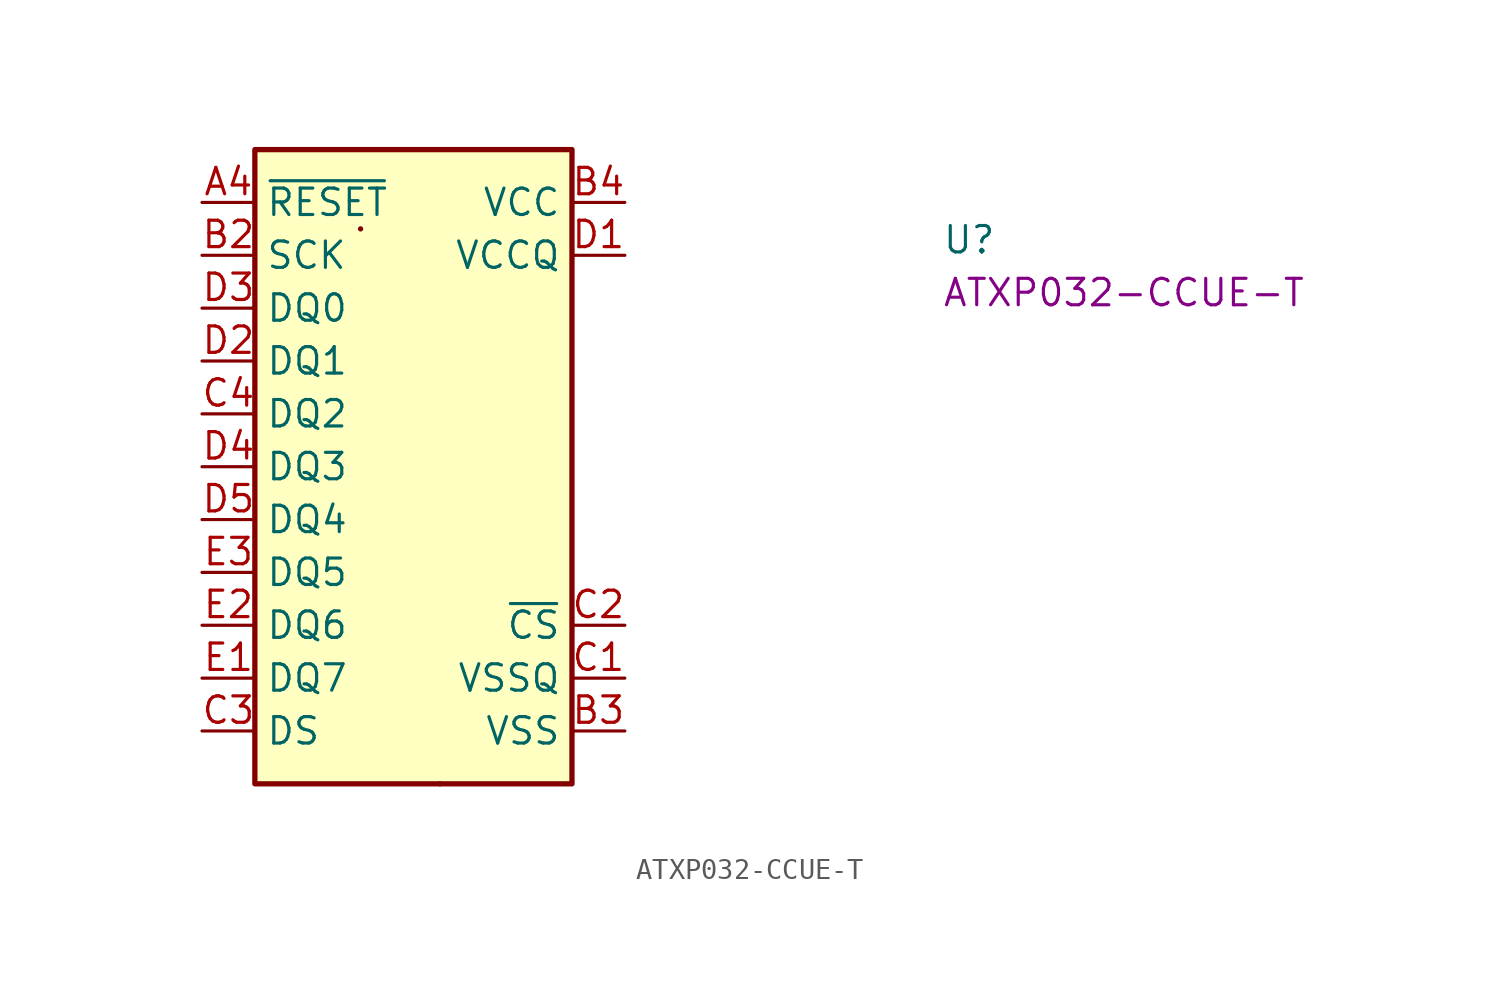
<source format=kicad_sym>
(kicad_symbol_lib
  (version 20220914)
  (generator kicad_symbol_editor)
  (symbol "ATXP032-CCUE-T"
    (property "Reference" "U"
      (at 35.56 -2.54 0)
      (effects (font (size 1.27 1.27) (thickness 0.15)) (justify left bottom)))
    (property "MPN" "ATXP032-CCUE-T"
      (at 35.56 -5.08 0)
      (effects (font (size 1.27 1.27) (thickness 0.15)) (justify left bottom)))
    (symbol "ATXP032-CCUE-T_1_1"
      (rectangle (start 2.54 2.54) (end 17.78 -27.94) (stroke (width 0.254) (type default)) (fill (type background)))
      (rectangle (start 7.62 -1.27) (end 7.62 -1.27) (stroke (width 0.254) (type default)) (fill (type background)))
      (rectangle (start 11.43 -27.94) (end 11.43 -27.94) (stroke (width 0.254) (type default)) (fill (type background)))
      (pin no_connect line (at 17.78 -10.16 180) (length 2.54) hide (name "NC" (effects (font (size 1.27 1.27)))) (number "A2" (effects (font (size 1.27 1.27)))))
      (pin no_connect line (at 17.78 -5.08 180) (length 2.54) hide (name "NC" (effects (font (size 1.27 1.27)))) (number "A3" (effects (font (size 1.27 1.27)))))
      (pin input line (at 0 0 0) (length 2.54) (name "~{RESET}" (effects (font (size 1.27 1.27)))) (number "A4" (effects (font (size 1.27 1.27)))))
      (pin no_connect line (at 17.78 -12.7 180) (length 2.54) hide (name "NC" (effects (font (size 1.27 1.27)))) (number "A5" (effects (font (size 1.27 1.27)))))
      (pin no_connect line (at 17.78 -7.62 180) (length 2.54) hide (name "NC" (effects (font (size 1.27 1.27)))) (number "B1" (effects (font (size 1.27 1.27)))))
      (pin input line (at 0 -2.54 0) (length 2.54) (name "SCK" (effects (font (size 1.27 1.27)))) (number "B2" (effects (font (size 1.27 1.27)))))
      (pin power_in line (at 20.32 -25.4 180) (length 2.54) (name "VSS" (effects (font (size 1.27 1.27)))) (number "B3" (effects (font (size 1.27 1.27)))))
      (pin power_in line (at 20.32 0 180) (length 2.54) (name "VCC" (effects (font (size 1.27 1.27)))) (number "B4" (effects (font (size 1.27 1.27)))))
      (pin no_connect line (at 17.78 -15.24 180) (length 2.54) hide (name "NC" (effects (font (size 1.27 1.27)))) (number "B5" (effects (font (size 1.27 1.27)))))
      (pin power_in line (at 20.32 -22.86 180) (length 2.54) (name "VSSQ" (effects (font (size 1.27 1.27)))) (number "C1" (effects (font (size 1.27 1.27)))))
      (pin input line (at 20.32 -20.32 180) (length 2.54) (name "~{CS}" (effects (font (size 1.27 1.27)))) (number "C2" (effects (font (size 1.27 1.27)))))
      (pin bidirectional line (at 0 -25.4 0) (length 2.54) (name "DS" (effects (font (size 1.27 1.27)))) (number "C3" (effects (font (size 1.27 1.27)))))
      (pin bidirectional line (at 0 -10.16 0) (length 2.54) (name "DQ2" (effects (font (size 1.27 1.27)))) (number "C4" (effects (font (size 1.27 1.27)))))
      (pin no_connect line (at 17.78 -15.24 180) (length 2.54) hide (name "NC" (effects (font (size 1.27 1.27)))) (number "C5" (effects (font (size 1.27 1.27)))))
      (pin power_in line (at 20.32 -2.54 180) (length 2.54) (name "VCCQ" (effects (font (size 1.27 1.27)))) (number "D1" (effects (font (size 1.27 1.27)))))
      (pin bidirectional line (at 0 -7.62 0) (length 2.54) (name "DQ1" (effects (font (size 1.27 1.27)))) (number "D2" (effects (font (size 1.27 1.27)))))
      (pin bidirectional line (at 0 -5.08 0) (length 2.54) (name "DQ0" (effects (font (size 1.27 1.27)))) (number "D3" (effects (font (size 1.27 1.27)))))
      (pin bidirectional line (at 0 -12.7 0) (length 2.54) (name "DQ3" (effects (font (size 1.27 1.27)))) (number "D4" (effects (font (size 1.27 1.27)))))
      (pin bidirectional line (at 0 -15.24 0) (length 2.54) (name "DQ4" (effects (font (size 1.27 1.27)))) (number "D5" (effects (font (size 1.27 1.27)))))
      (pin bidirectional line (at 0 -22.86 0) (length 2.54) (name "DQ7" (effects (font (size 1.27 1.27)))) (number "E1" (effects (font (size 1.27 1.27)))))
      (pin bidirectional line (at 0 -20.32 0) (length 2.54) (name "DQ6" (effects (font (size 1.27 1.27)))) (number "E2" (effects (font (size 1.27 1.27)))))
      (pin bidirectional line (at 0 -17.78 0) (length 2.54) (name "DQ5" (effects (font (size 1.27 1.27)))) (number "E3" (effects (font (size 1.27 1.27)))))
      (pin passive line (at 20.32 -2.54 180) (length 2.54) hide (name "VCCQ" (effects (font (size 1.27 1.27)))) (number "E4" (effects (font (size 1.27 1.27)))))
      (pin passive line (at 20.32 -22.86 180) (length 2.54) hide (name "VSSQ" (effects (font (size 1.27 1.27)))) (number "E5" (effects (font (size 1.27 1.27))))))))
</source>
